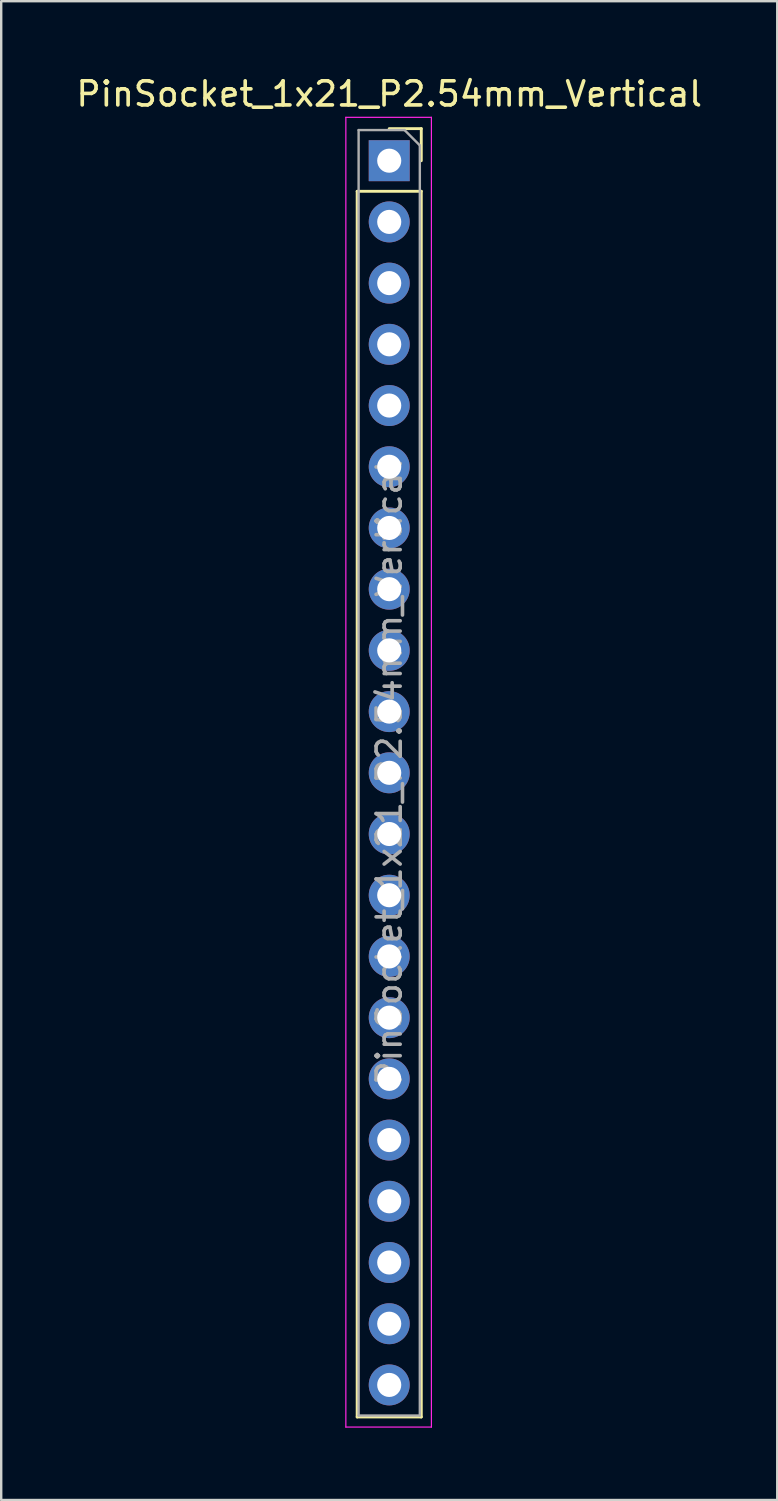
<source format=kicad_pcb>
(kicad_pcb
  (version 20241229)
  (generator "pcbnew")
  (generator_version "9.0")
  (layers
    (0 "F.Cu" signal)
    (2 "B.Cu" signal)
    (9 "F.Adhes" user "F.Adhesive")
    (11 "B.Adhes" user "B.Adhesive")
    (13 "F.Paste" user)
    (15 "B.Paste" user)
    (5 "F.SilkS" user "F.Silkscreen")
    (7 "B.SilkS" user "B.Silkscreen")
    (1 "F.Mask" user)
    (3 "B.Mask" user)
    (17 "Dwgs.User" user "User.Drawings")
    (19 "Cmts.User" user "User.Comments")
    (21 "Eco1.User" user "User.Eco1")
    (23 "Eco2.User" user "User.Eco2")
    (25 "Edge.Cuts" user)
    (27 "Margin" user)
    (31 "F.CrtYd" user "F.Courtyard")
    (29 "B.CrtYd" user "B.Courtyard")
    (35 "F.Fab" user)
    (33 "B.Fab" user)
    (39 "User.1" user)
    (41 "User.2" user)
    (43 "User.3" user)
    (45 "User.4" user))
  (footprint "PinSocket_1x21_P2.54mm_Vertical"
    (layer "F.Cu")
    (at 13.101 3.618)
    (property "Reference" "PinSocket_1x21_P2.54mm_Vertical" (at 0 -2.77 0) (layer "F.SilkS") (effects (font (size 1 1) (thickness 0.15))))
    (attr through_hole)
    (fp_line (start -1.33 1.27) (end -1.33 52.13) (stroke (width 0.12) (type solid)) (layer "F.SilkS"))
    (fp_line (start -1.33 1.27) (end 1.33 1.27) (stroke (width 0.12) (type solid)) (layer "F.SilkS"))
    (fp_line (start -1.33 52.13) (end 1.33 52.13) (stroke (width 0.12) (type solid)) (layer "F.SilkS"))
    (fp_line (start 0 -1.33) (end 1.33 -1.33) (stroke (width 0.12) (type solid)) (layer "F.SilkS"))
    (fp_line (start 1.33 -1.33) (end 1.33 0) (stroke (width 0.12) (type solid)) (layer "F.SilkS"))
    (fp_line (start 1.33 1.27) (end 1.33 52.13) (stroke (width 0.12) (type solid)) (layer "F.SilkS"))
    (fp_line (start -1.8 -1.8) (end 1.75 -1.8) (stroke (width 0.05) (type solid)) (layer "F.CrtYd"))
    (fp_line (start -1.8 52.55) (end -1.8 -1.8) (stroke (width 0.05) (type solid)) (layer "F.CrtYd"))
    (fp_line (start 1.75 -1.8) (end 1.75 52.55) (stroke (width 0.05) (type solid)) (layer "F.CrtYd"))
    (fp_line (start 1.75 52.55) (end -1.8 52.55) (stroke (width 0.05) (type solid)) (layer "F.CrtYd"))
    (fp_line (start -1.27 -1.27) (end 0.635 -1.27) (stroke (width 0.1) (type solid)) (layer "F.Fab"))
    (fp_line (start -1.27 52.07) (end -1.27 -1.27) (stroke (width 0.1) (type solid)) (layer "F.Fab"))
    (fp_line (start 0.635 -1.27) (end 1.27 -0.635) (stroke (width 0.1) (type solid)) (layer "F.Fab"))
    (fp_line (start 1.27 -0.635) (end 1.27 52.07) (stroke (width 0.1) (type solid)) (layer "F.Fab"))
    (fp_line (start 1.27 52.07) (end -1.27 52.07) (stroke (width 0.1) (type solid)) (layer "F.Fab"))
    (fp_text user "${REFERENCE}" (at 0 25.4 90) (layer "F.Fab") (effects (font (size 1 1) (thickness 0.15))))
    (pad "1" thru_hole rect (at 0 0) (size 1.7 1.7) (drill 1) (layers "*.Cu" "*.Mask"))
    (pad "2" thru_hole oval (at 0 2.54) (size 1.7 1.7) (drill 1) (layers "*.Cu" "*.Mask"))
    (pad "3" thru_hole oval (at 0 5.08) (size 1.7 1.7) (drill 1) (layers "*.Cu" "*.Mask"))
    (pad "4" thru_hole oval (at 0 7.62) (size 1.7 1.7) (drill 1) (layers "*.Cu" "*.Mask"))
    (pad "5" thru_hole oval (at 0 10.16) (size 1.7 1.7) (drill 1) (layers "*.Cu" "*.Mask"))
    (pad "6" thru_hole oval (at 0 12.7) (size 1.7 1.7) (drill 1) (layers "*.Cu" "*.Mask"))
    (pad "7" thru_hole oval (at 0 15.24) (size 1.7 1.7) (drill 1) (layers "*.Cu" "*.Mask"))
    (pad "8" thru_hole oval (at 0 17.78) (size 1.7 1.7) (drill 1) (layers "*.Cu" "*.Mask"))
    (pad "9" thru_hole oval (at 0 20.32) (size 1.7 1.7) (drill 1) (layers "*.Cu" "*.Mask"))
    (pad "10" thru_hole oval (at 0 22.86) (size 1.7 1.7) (drill 1) (layers "*.Cu" "*.Mask"))
    (pad "11" thru_hole oval (at 0 25.4) (size 1.7 1.7) (drill 1) (layers "*.Cu" "*.Mask"))
    (pad "12" thru_hole oval (at 0 27.94) (size 1.7 1.7) (drill 1) (layers "*.Cu" "*.Mask"))
    (pad "13" thru_hole oval (at 0 30.48) (size 1.7 1.7) (drill 1) (layers "*.Cu" "*.Mask"))
    (pad "14" thru_hole oval (at 0 33.02) (size 1.7 1.7) (drill 1) (layers "*.Cu" "*.Mask"))
    (pad "15" thru_hole oval (at 0 35.56) (size 1.7 1.7) (drill 1) (layers "*.Cu" "*.Mask"))
    (pad "16" thru_hole oval (at 0 38.1) (size 1.7 1.7) (drill 1) (layers "*.Cu" "*.Mask"))
    (pad "17" thru_hole oval (at 0 40.64) (size 1.7 1.7) (drill 1) (layers "*.Cu" "*.Mask"))
    (pad "18" thru_hole oval (at 0 43.18) (size 1.7 1.7) (drill 1) (layers "*.Cu" "*.Mask"))
    (pad "19" thru_hole oval (at 0 45.72) (size 1.7 1.7) (drill 1) (layers "*.Cu" "*.Mask"))
    (pad "20" thru_hole oval (at 0 48.26) (size 1.7 1.7) (drill 1) (layers "*.Cu" "*.Mask"))
    (pad "21" thru_hole oval (at 0 50.8) (size 1.7 1.7) (drill 1) (layers "*.Cu" "*.Mask")))
  (gr_rect
    (start -3 -3)
    (end 29.202 59.193)
    (stroke (width 0.1) (type default))
    (fill no)
    (layer "Edge.Cuts")))
</source>
